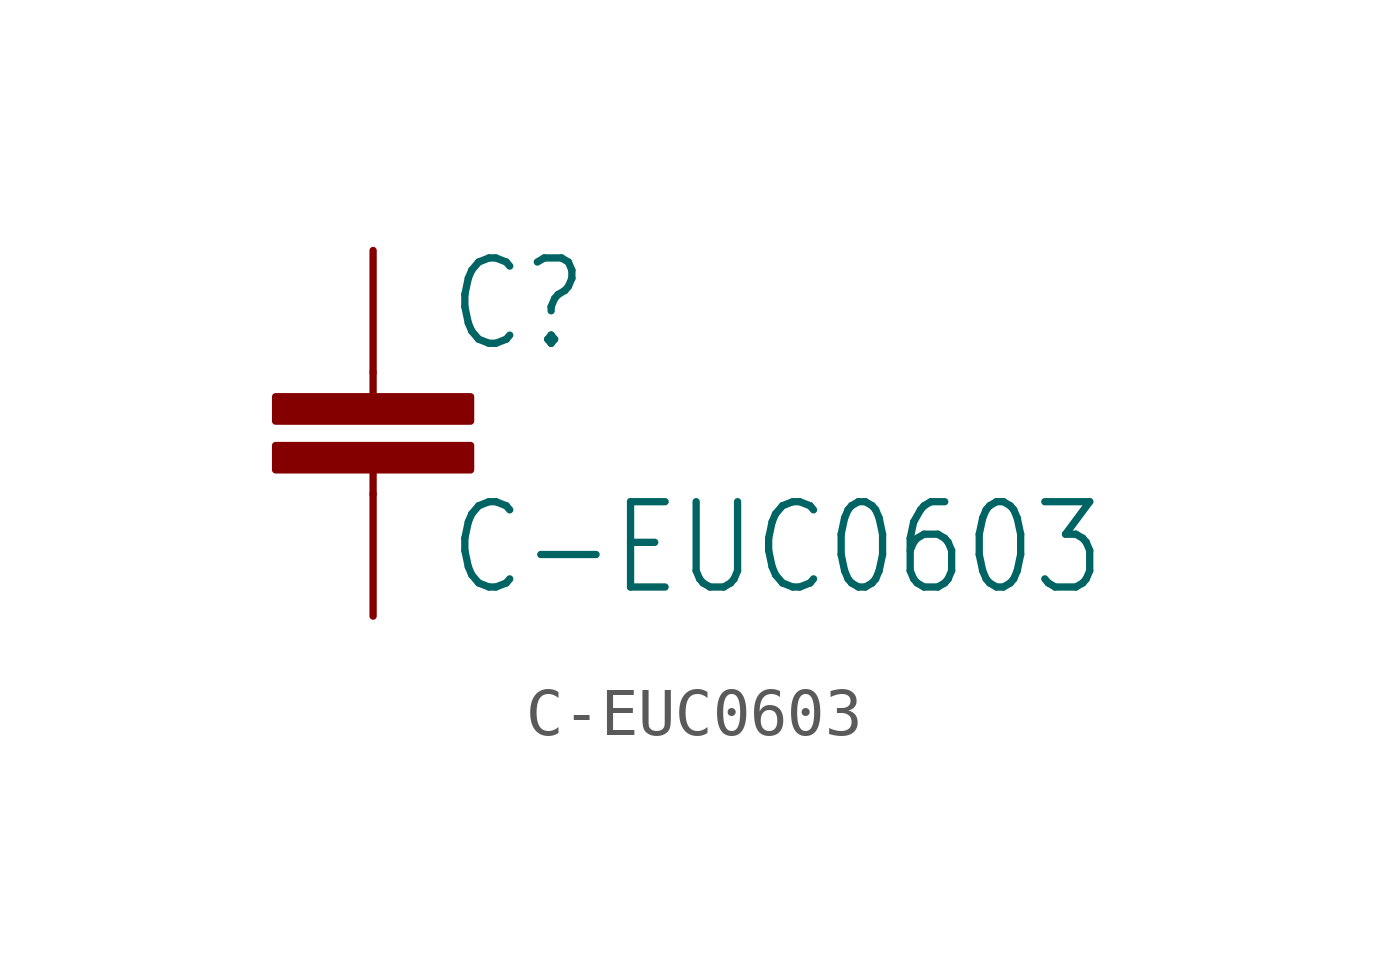
<source format=kicad_sym>
(kicad_symbol_lib
  (version 20201005)
  (generator kicad_symbol_editor)
  (symbol "C-EUC0603"
    (property "Reference" "C"
      (at 1.524 0.381 0)
      (effects (font (size 1.778 1.511)) (justify left bottom)))
    (property "Value" "C-EUC0603"
      (at 1.524 -4.699 0)
      (effects (font (size 1.778 1.511)) (justify left bottom)))
    (property "ki_locked" ""
      (at 0 0 0)
      (effects (font (size 1.27 1.27))))
    (symbol "C-EUC0603_1_0"
      (rectangle (start -2.032 -2.032) (end 2.032 -1.524) (stroke (width 0)) (fill (type outline)))
      (rectangle (start -2.032 -1.016) (end 2.032 -0.508) (stroke (width 0)) (fill (type outline)))
      (polyline (pts (xy 0 -2.54) (xy 0 -2.032)) (stroke (width 0.152)) (fill (type none)))
      (polyline (pts (xy 0 0) (xy 0 -0.508)) (stroke (width 0.152)) (fill (type none)))
      (pin passive line (at 0 2.54 270) (length 2.54) (name "1" (effects (font (size 0 0)))) (number "1" (effects (font (size 0 0)))))
      (pin passive line (at 0 -5.08 90) (length 2.54) (name "2" (effects (font (size 0 0)))) (number "2" (effects (font (size 0 0))))))))
</source>
